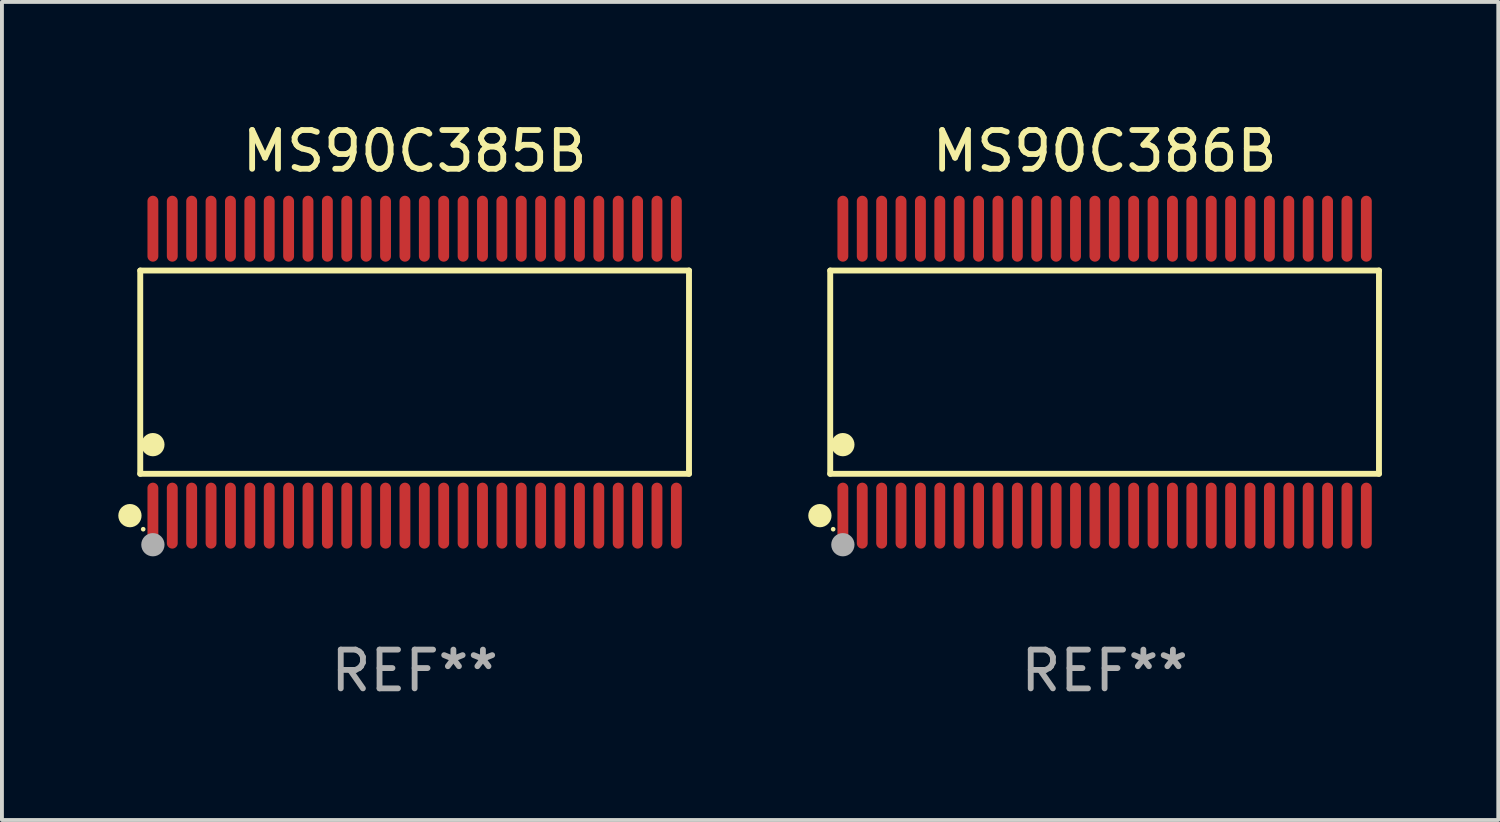
<source format=kicad_pcb>
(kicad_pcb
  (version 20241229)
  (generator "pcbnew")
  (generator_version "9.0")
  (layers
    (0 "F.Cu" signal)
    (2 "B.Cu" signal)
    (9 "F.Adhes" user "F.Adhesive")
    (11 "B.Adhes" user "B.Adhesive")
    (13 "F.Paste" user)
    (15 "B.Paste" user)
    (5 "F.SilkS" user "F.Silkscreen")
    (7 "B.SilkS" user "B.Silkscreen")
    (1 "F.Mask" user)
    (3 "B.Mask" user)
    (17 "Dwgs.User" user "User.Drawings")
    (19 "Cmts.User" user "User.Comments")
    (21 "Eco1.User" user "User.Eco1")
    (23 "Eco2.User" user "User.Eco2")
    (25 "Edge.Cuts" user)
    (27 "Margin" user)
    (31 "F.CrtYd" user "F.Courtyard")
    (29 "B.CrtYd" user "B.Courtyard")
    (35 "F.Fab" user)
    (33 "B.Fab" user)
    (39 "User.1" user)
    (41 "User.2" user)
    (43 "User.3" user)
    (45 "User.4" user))
  (footprint "MS90C386B"
    (layer "F.Cu")
    (at 25.437 6.548)
    (property "Reference" "MS90C386B" (at 0 -5.7 0) (layer "F.SilkS") (effects (font (size 1 1) (thickness 0.15))))
    (attr through_hole)
    (fp_line (start -7.076 -2.621) (end 7.076 -2.621) (stroke (width 0.152) (type solid)) (layer "F.SilkS"))
    (fp_line (start -7.076 2.621) (end -7.076 -2.621) (stroke (width 0.152) (type solid)) (layer "F.SilkS"))
    (fp_line (start 7.076 -2.621) (end 7.076 2.621) (stroke (width 0.152) (type solid)) (layer "F.SilkS"))
    (fp_line (start 7.076 2.621) (end -7.076 2.621) (stroke (width 0.152) (type solid)) (layer "F.SilkS"))
    (fp_circle (center -7.342 3.7) (end -7.192 3.7) (stroke (width 0.3) (type solid)) (fill no) (layer "F.SilkS"))
    (fp_circle (center -7 4.05) (end -6.97 4.05) (stroke (width 0.06) (type solid)) (fill no) (layer "F.SilkS"))
    (fp_circle (center -6.75 1.869) (end -6.6 1.869) (stroke (width 0.3) (type solid)) (fill no) (layer "F.SilkS"))
    (fp_circle (center -6.75 4.45) (end -6.6 4.45) (stroke (width 0.3) (type solid)) (fill no) (layer "F.Fab"))
    (fp_text user "REF**" (at 0 7.7 0) (layer "F.Fab") (effects (font (size 1 1) (thickness 0.15))))
    (pad "1" smd oval (at -6.75 3.7) (size 0.28 1.7) (layers "F.Cu" "F.Mask" "F.Paste"))
    (pad "2" smd oval (at -6.25 3.7) (size 0.28 1.7) (layers "F.Cu" "F.Mask" "F.Paste"))
    (pad "3" smd oval (at -5.75 3.7) (size 0.28 1.7) (layers "F.Cu" "F.Mask" "F.Paste"))
    (pad "4" smd oval (at -5.25 3.7) (size 0.28 1.7) (layers "F.Cu" "F.Mask" "F.Paste"))
    (pad "5" smd oval (at -4.75 3.7) (size 0.28 1.7) (layers "F.Cu" "F.Mask" "F.Paste"))
    (pad "6" smd oval (at -4.25 3.7) (size 0.28 1.7) (layers "F.Cu" "F.Mask" "F.Paste"))
    (pad "7" smd oval (at -3.75 3.7) (size 0.28 1.7) (layers "F.Cu" "F.Mask" "F.Paste"))
    (pad "8" smd oval (at -3.25 3.7) (size 0.28 1.7) (layers "F.Cu" "F.Mask" "F.Paste"))
    (pad "9" smd oval (at -2.75 3.7) (size 0.28 1.7) (layers "F.Cu" "F.Mask" "F.Paste"))
    (pad "10" smd oval (at -2.25 3.7) (size 0.28 1.7) (layers "F.Cu" "F.Mask" "F.Paste"))
    (pad "11" smd oval (at -1.75 3.7) (size 0.28 1.7) (layers "F.Cu" "F.Mask" "F.Paste"))
    (pad "12" smd oval (at -1.25 3.7) (size 0.28 1.7) (layers "F.Cu" "F.Mask" "F.Paste"))
    (pad "13" smd oval (at -0.75 3.7) (size 0.28 1.7) (layers "F.Cu" "F.Mask" "F.Paste"))
    (pad "14" smd oval (at -0.25 3.7) (size 0.28 1.7) (layers "F.Cu" "F.Mask" "F.Paste"))
    (pad "15" smd oval (at 0.25 3.7) (size 0.28 1.7) (layers "F.Cu" "F.Mask" "F.Paste"))
    (pad "16" smd oval (at 0.75 3.7) (size 0.28 1.7) (layers "F.Cu" "F.Mask" "F.Paste"))
    (pad "17" smd oval (at 1.25 3.7) (size 0.28 1.7) (layers "F.Cu" "F.Mask" "F.Paste"))
    (pad "18" smd oval (at 1.75 3.7) (size 0.28 1.7) (layers "F.Cu" "F.Mask" "F.Paste"))
    (pad "19" smd oval (at 2.25 3.7) (size 0.28 1.7) (layers "F.Cu" "F.Mask" "F.Paste"))
    (pad "20" smd oval (at 2.75 3.7) (size 0.28 1.7) (layers "F.Cu" "F.Mask" "F.Paste"))
    (pad "21" smd oval (at 3.25 3.7) (size 0.28 1.7) (layers "F.Cu" "F.Mask" "F.Paste"))
    (pad "22" smd oval (at 3.75 3.7) (size 0.28 1.7) (layers "F.Cu" "F.Mask" "F.Paste"))
    (pad "23" smd oval (at 4.25 3.7) (size 0.28 1.7) (layers "F.Cu" "F.Mask" "F.Paste"))
    (pad "24" smd oval (at 4.75 3.7) (size 0.28 1.7) (layers "F.Cu" "F.Mask" "F.Paste"))
    (pad "25" smd oval (at 5.25 3.7) (size 0.28 1.7) (layers "F.Cu" "F.Mask" "F.Paste"))
    (pad "26" smd oval (at 5.75 3.7) (size 0.28 1.7) (layers "F.Cu" "F.Mask" "F.Paste"))
    (pad "27" smd oval (at 6.25 3.7) (size 0.28 1.7) (layers "F.Cu" "F.Mask" "F.Paste"))
    (pad "28" smd oval (at 6.75 3.7) (size 0.28 1.7) (layers "F.Cu" "F.Mask" "F.Paste"))
    (pad "29" smd oval (at 6.75 -3.7) (size 0.28 1.7) (layers "F.Cu" "F.Mask" "F.Paste"))
    (pad "30" smd oval (at 6.25 -3.7) (size 0.28 1.7) (layers "F.Cu" "F.Mask" "F.Paste"))
    (pad "31" smd oval (at 5.75 -3.7) (size 0.28 1.7) (layers "F.Cu" "F.Mask" "F.Paste"))
    (pad "32" smd oval (at 5.25 -3.7) (size 0.28 1.7) (layers "F.Cu" "F.Mask" "F.Paste"))
    (pad "33" smd oval (at 4.75 -3.7) (size 0.28 1.7) (layers "F.Cu" "F.Mask" "F.Paste"))
    (pad "34" smd oval (at 4.25 -3.7) (size 0.28 1.7) (layers "F.Cu" "F.Mask" "F.Paste"))
    (pad "35" smd oval (at 3.75 -3.7) (size 0.28 1.7) (layers "F.Cu" "F.Mask" "F.Paste"))
    (pad "36" smd oval (at 3.25 -3.7) (size 0.28 1.7) (layers "F.Cu" "F.Mask" "F.Paste"))
    (pad "37" smd oval (at 2.75 -3.7) (size 0.28 1.7) (layers "F.Cu" "F.Mask" "F.Paste"))
    (pad "38" smd oval (at 2.25 -3.7) (size 0.28 1.7) (layers "F.Cu" "F.Mask" "F.Paste"))
    (pad "39" smd oval (at 1.75 -3.7) (size 0.28 1.7) (layers "F.Cu" "F.Mask" "F.Paste"))
    (pad "40" smd oval (at 1.25 -3.7) (size 0.28 1.7) (layers "F.Cu" "F.Mask" "F.Paste"))
    (pad "41" smd oval (at 0.75 -3.7) (size 0.28 1.7) (layers "F.Cu" "F.Mask" "F.Paste"))
    (pad "42" smd oval (at 0.25 -3.7) (size 0.28 1.7) (layers "F.Cu" "F.Mask" "F.Paste"))
    (pad "43" smd oval (at -0.25 -3.7) (size 0.28 1.7) (layers "F.Cu" "F.Mask" "F.Paste"))
    (pad "44" smd oval (at -0.75 -3.7) (size 0.28 1.7) (layers "F.Cu" "F.Mask" "F.Paste"))
    (pad "45" smd oval (at -1.25 -3.7) (size 0.28 1.7) (layers "F.Cu" "F.Mask" "F.Paste"))
    (pad "46" smd oval (at -1.75 -3.7) (size 0.28 1.7) (layers "F.Cu" "F.Mask" "F.Paste"))
    (pad "47" smd oval (at -2.25 -3.7) (size 0.28 1.7) (layers "F.Cu" "F.Mask" "F.Paste"))
    (pad "48" smd oval (at -2.75 -3.7) (size 0.28 1.7) (layers "F.Cu" "F.Mask" "F.Paste"))
    (pad "49" smd oval (at -3.25 -3.7) (size 0.28 1.7) (layers "F.Cu" "F.Mask" "F.Paste"))
    (pad "50" smd oval (at -3.75 -3.7) (size 0.28 1.7) (layers "F.Cu" "F.Mask" "F.Paste"))
    (pad "51" smd oval (at -4.25 -3.7) (size 0.28 1.7) (layers "F.Cu" "F.Mask" "F.Paste"))
    (pad "52" smd oval (at -4.75 -3.7) (size 0.28 1.7) (layers "F.Cu" "F.Mask" "F.Paste"))
    (pad "53" smd oval (at -5.25 -3.7) (size 0.28 1.7) (layers "F.Cu" "F.Mask" "F.Paste"))
    (pad "54" smd oval (at -5.75 -3.7) (size 0.28 1.7) (layers "F.Cu" "F.Mask" "F.Paste"))
    (pad "55" smd oval (at -6.25 -3.7) (size 0.28 1.7) (layers "F.Cu" "F.Mask" "F.Paste"))
    (pad "56" smd oval (at -6.75 -3.7) (size 0.28 1.7) (layers "F.Cu" "F.Mask" "F.Paste")))
  (footprint "MS90C385B"
    (layer "F.Cu")
    (at 7.643 6.548)
    (property "Reference" "MS90C385B" (at 0 -5.7 0) (layer "F.SilkS") (effects (font (size 1 1) (thickness 0.15))))
    (attr through_hole)
    (fp_line (start -7.076 -2.621) (end 7.076 -2.621) (stroke (width 0.152) (type solid)) (layer "F.SilkS"))
    (fp_line (start -7.076 2.621) (end -7.076 -2.621) (stroke (width 0.152) (type solid)) (layer "F.SilkS"))
    (fp_line (start 7.076 -2.621) (end 7.076 2.621) (stroke (width 0.152) (type solid)) (layer "F.SilkS"))
    (fp_line (start 7.076 2.621) (end -7.076 2.621) (stroke (width 0.152) (type solid)) (layer "F.SilkS"))
    (fp_circle (center -7.342 3.7) (end -7.192 3.7) (stroke (width 0.3) (type solid)) (fill no) (layer "F.SilkS"))
    (fp_circle (center -7 4.05) (end -6.97 4.05) (stroke (width 0.06) (type solid)) (fill no) (layer "F.SilkS"))
    (fp_circle (center -6.75 1.869) (end -6.6 1.869) (stroke (width 0.3) (type solid)) (fill no) (layer "F.SilkS"))
    (fp_circle (center -6.75 4.45) (end -6.6 4.45) (stroke (width 0.3) (type solid)) (fill no) (layer "F.Fab"))
    (fp_text user "REF**" (at 0 7.7 0) (layer "F.Fab") (effects (font (size 1 1) (thickness 0.15))))
    (pad "1" smd oval (at -6.75 3.7) (size 0.28 1.7) (layers "F.Cu" "F.Mask" "F.Paste"))
    (pad "2" smd oval (at -6.25 3.7) (size 0.28 1.7) (layers "F.Cu" "F.Mask" "F.Paste"))
    (pad "3" smd oval (at -5.75 3.7) (size 0.28 1.7) (layers "F.Cu" "F.Mask" "F.Paste"))
    (pad "4" smd oval (at -5.25 3.7) (size 0.28 1.7) (layers "F.Cu" "F.Mask" "F.Paste"))
    (pad "5" smd oval (at -4.75 3.7) (size 0.28 1.7) (layers "F.Cu" "F.Mask" "F.Paste"))
    (pad "6" smd oval (at -4.25 3.7) (size 0.28 1.7) (layers "F.Cu" "F.Mask" "F.Paste"))
    (pad "7" smd oval (at -3.75 3.7) (size 0.28 1.7) (layers "F.Cu" "F.Mask" "F.Paste"))
    (pad "8" smd oval (at -3.25 3.7) (size 0.28 1.7) (layers "F.Cu" "F.Mask" "F.Paste"))
    (pad "9" smd oval (at -2.75 3.7) (size 0.28 1.7) (layers "F.Cu" "F.Mask" "F.Paste"))
    (pad "10" smd oval (at -2.25 3.7) (size 0.28 1.7) (layers "F.Cu" "F.Mask" "F.Paste"))
    (pad "11" smd oval (at -1.75 3.7) (size 0.28 1.7) (layers "F.Cu" "F.Mask" "F.Paste"))
    (pad "12" smd oval (at -1.25 3.7) (size 0.28 1.7) (layers "F.Cu" "F.Mask" "F.Paste"))
    (pad "13" smd oval (at -0.75 3.7) (size 0.28 1.7) (layers "F.Cu" "F.Mask" "F.Paste"))
    (pad "14" smd oval (at -0.25 3.7) (size 0.28 1.7) (layers "F.Cu" "F.Mask" "F.Paste"))
    (pad "15" smd oval (at 0.25 3.7) (size 0.28 1.7) (layers "F.Cu" "F.Mask" "F.Paste"))
    (pad "16" smd oval (at 0.75 3.7) (size 0.28 1.7) (layers "F.Cu" "F.Mask" "F.Paste"))
    (pad "17" smd oval (at 1.25 3.7) (size 0.28 1.7) (layers "F.Cu" "F.Mask" "F.Paste"))
    (pad "18" smd oval (at 1.75 3.7) (size 0.28 1.7) (layers "F.Cu" "F.Mask" "F.Paste"))
    (pad "19" smd oval (at 2.25 3.7) (size 0.28 1.7) (layers "F.Cu" "F.Mask" "F.Paste"))
    (pad "20" smd oval (at 2.75 3.7) (size 0.28 1.7) (layers "F.Cu" "F.Mask" "F.Paste"))
    (pad "21" smd oval (at 3.25 3.7) (size 0.28 1.7) (layers "F.Cu" "F.Mask" "F.Paste"))
    (pad "22" smd oval (at 3.75 3.7) (size 0.28 1.7) (layers "F.Cu" "F.Mask" "F.Paste"))
    (pad "23" smd oval (at 4.25 3.7) (size 0.28 1.7) (layers "F.Cu" "F.Mask" "F.Paste"))
    (pad "24" smd oval (at 4.75 3.7) (size 0.28 1.7) (layers "F.Cu" "F.Mask" "F.Paste"))
    (pad "25" smd oval (at 5.25 3.7) (size 0.28 1.7) (layers "F.Cu" "F.Mask" "F.Paste"))
    (pad "26" smd oval (at 5.75 3.7) (size 0.28 1.7) (layers "F.Cu" "F.Mask" "F.Paste"))
    (pad "27" smd oval (at 6.25 3.7) (size 0.28 1.7) (layers "F.Cu" "F.Mask" "F.Paste"))
    (pad "28" smd oval (at 6.75 3.7) (size 0.28 1.7) (layers "F.Cu" "F.Mask" "F.Paste"))
    (pad "29" smd oval (at 6.75 -3.7) (size 0.28 1.7) (layers "F.Cu" "F.Mask" "F.Paste"))
    (pad "30" smd oval (at 6.25 -3.7) (size 0.28 1.7) (layers "F.Cu" "F.Mask" "F.Paste"))
    (pad "31" smd oval (at 5.75 -3.7) (size 0.28 1.7) (layers "F.Cu" "F.Mask" "F.Paste"))
    (pad "32" smd oval (at 5.25 -3.7) (size 0.28 1.7) (layers "F.Cu" "F.Mask" "F.Paste"))
    (pad "33" smd oval (at 4.75 -3.7) (size 0.28 1.7) (layers "F.Cu" "F.Mask" "F.Paste"))
    (pad "34" smd oval (at 4.25 -3.7) (size 0.28 1.7) (layers "F.Cu" "F.Mask" "F.Paste"))
    (pad "35" smd oval (at 3.75 -3.7) (size 0.28 1.7) (layers "F.Cu" "F.Mask" "F.Paste"))
    (pad "36" smd oval (at 3.25 -3.7) (size 0.28 1.7) (layers "F.Cu" "F.Mask" "F.Paste"))
    (pad "37" smd oval (at 2.75 -3.7) (size 0.28 1.7) (layers "F.Cu" "F.Mask" "F.Paste"))
    (pad "38" smd oval (at 2.25 -3.7) (size 0.28 1.7) (layers "F.Cu" "F.Mask" "F.Paste"))
    (pad "39" smd oval (at 1.75 -3.7) (size 0.28 1.7) (layers "F.Cu" "F.Mask" "F.Paste"))
    (pad "40" smd oval (at 1.25 -3.7) (size 0.28 1.7) (layers "F.Cu" "F.Mask" "F.Paste"))
    (pad "41" smd oval (at 0.75 -3.7) (size 0.28 1.7) (layers "F.Cu" "F.Mask" "F.Paste"))
    (pad "42" smd oval (at 0.25 -3.7) (size 0.28 1.7) (layers "F.Cu" "F.Mask" "F.Paste"))
    (pad "43" smd oval (at -0.25 -3.7) (size 0.28 1.7) (layers "F.Cu" "F.Mask" "F.Paste"))
    (pad "44" smd oval (at -0.75 -3.7) (size 0.28 1.7) (layers "F.Cu" "F.Mask" "F.Paste"))
    (pad "45" smd oval (at -1.25 -3.7) (size 0.28 1.7) (layers "F.Cu" "F.Mask" "F.Paste"))
    (pad "46" smd oval (at -1.75 -3.7) (size 0.28 1.7) (layers "F.Cu" "F.Mask" "F.Paste"))
    (pad "47" smd oval (at -2.25 -3.7) (size 0.28 1.7) (layers "F.Cu" "F.Mask" "F.Paste"))
    (pad "48" smd oval (at -2.75 -3.7) (size 0.28 1.7) (layers "F.Cu" "F.Mask" "F.Paste"))
    (pad "49" smd oval (at -3.25 -3.7) (size 0.28 1.7) (layers "F.Cu" "F.Mask" "F.Paste"))
    (pad "50" smd oval (at -3.75 -3.7) (size 0.28 1.7) (layers "F.Cu" "F.Mask" "F.Paste"))
    (pad "51" smd oval (at -4.25 -3.7) (size 0.28 1.7) (layers "F.Cu" "F.Mask" "F.Paste"))
    (pad "52" smd oval (at -4.75 -3.7) (size 0.28 1.7) (layers "F.Cu" "F.Mask" "F.Paste"))
    (pad "53" smd oval (at -5.25 -3.7) (size 0.28 1.7) (layers "F.Cu" "F.Mask" "F.Paste"))
    (pad "54" smd oval (at -5.75 -3.7) (size 0.28 1.7) (layers "F.Cu" "F.Mask" "F.Paste"))
    (pad "55" smd oval (at -6.25 -3.7) (size 0.28 1.7) (layers "F.Cu" "F.Mask" "F.Paste"))
    (pad "56" smd oval (at -6.75 -3.7) (size 0.28 1.7) (layers "F.Cu" "F.Mask" "F.Paste")))
  (gr_rect
    (start -3 -3)
    (end 35.59 18.097)
    (stroke (width 0.1) (type default))
    (fill no)
    (layer "Edge.Cuts")))
</source>
